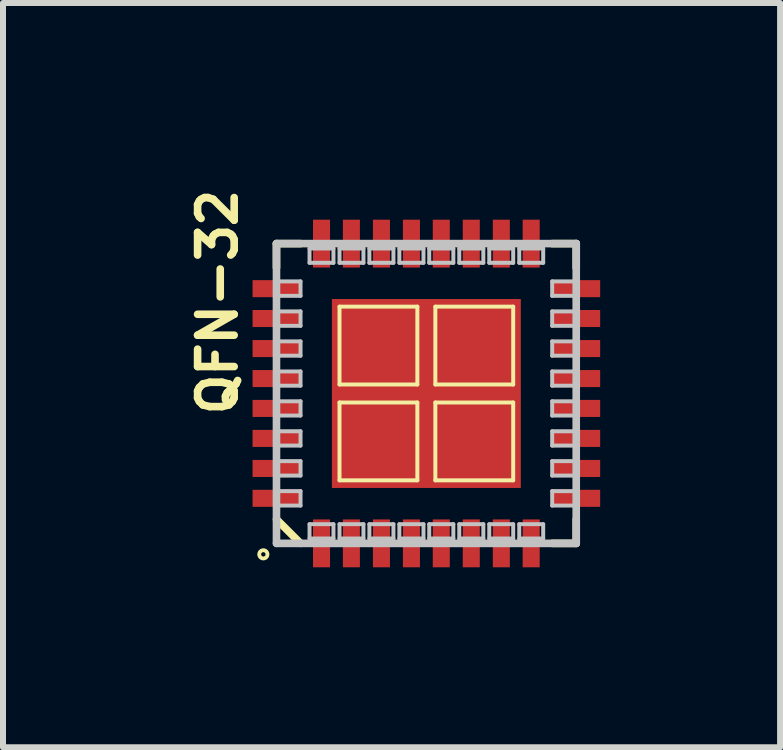
<source format=kicad_pcb>
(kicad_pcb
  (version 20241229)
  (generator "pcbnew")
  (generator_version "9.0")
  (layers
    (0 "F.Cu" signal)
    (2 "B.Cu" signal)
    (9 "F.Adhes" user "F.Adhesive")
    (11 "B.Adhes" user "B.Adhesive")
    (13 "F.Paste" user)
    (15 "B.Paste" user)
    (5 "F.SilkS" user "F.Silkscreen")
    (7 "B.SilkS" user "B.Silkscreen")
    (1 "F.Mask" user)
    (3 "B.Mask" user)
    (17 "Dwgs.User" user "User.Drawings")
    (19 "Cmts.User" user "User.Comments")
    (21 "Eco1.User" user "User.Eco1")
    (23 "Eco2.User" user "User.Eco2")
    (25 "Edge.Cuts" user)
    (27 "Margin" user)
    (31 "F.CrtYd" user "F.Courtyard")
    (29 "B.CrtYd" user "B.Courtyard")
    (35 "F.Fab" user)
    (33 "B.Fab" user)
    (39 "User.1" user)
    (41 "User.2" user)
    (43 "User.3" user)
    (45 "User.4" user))
  (footprint "QFN-32"
    (layer "F.Cu")
    (at 4.059 3.511)
    (property "Reference" "QFN-32" (at -3.48 -1.524 90) (layer "F.SilkS") (effects (font (size 0.61 0.61) (thickness 0.127))))
    (attr smd)
    (fp_line (start -2.499 -2.499) (end -2.098 -2.499) (stroke (width 0.127) (type solid)) (layer "F.SilkS"))
    (fp_line (start -2.499 -2.098) (end -2.499 -2.499) (stroke (width 0.127) (type solid)) (layer "F.SilkS"))
    (fp_line (start -2.499 2.098) (end -2.098 2.499) (stroke (width 0.127) (type solid)) (layer "F.SilkS"))
    (fp_line (start -1.448 -1.448) (end -0.15 -1.448) (stroke (width 0.066) (type solid)) (layer "F.SilkS"))
    (fp_line (start -1.448 -0.15) (end -1.448 -1.448) (stroke (width 0.066) (type solid)) (layer "F.SilkS"))
    (fp_line (start -1.448 -0.15) (end -0.15 -0.15) (stroke (width 0.066) (type solid)) (layer "F.SilkS"))
    (fp_line (start -1.448 0.15) (end -0.15 0.15) (stroke (width 0.066) (type solid)) (layer "F.SilkS"))
    (fp_line (start -1.448 1.448) (end -1.448 0.15) (stroke (width 0.066) (type solid)) (layer "F.SilkS"))
    (fp_line (start -1.448 1.448) (end -0.15 1.448) (stroke (width 0.066) (type solid)) (layer "F.SilkS"))
    (fp_line (start -0.15 -0.15) (end -0.15 -1.448) (stroke (width 0.066) (type solid)) (layer "F.SilkS"))
    (fp_line (start -0.15 1.448) (end -0.15 0.15) (stroke (width 0.066) (type solid)) (layer "F.SilkS"))
    (fp_line (start 0.15 -1.448) (end 1.448 -1.448) (stroke (width 0.066) (type solid)) (layer "F.SilkS"))
    (fp_line (start 0.15 -0.15) (end 0.15 -1.448) (stroke (width 0.066) (type solid)) (layer "F.SilkS"))
    (fp_line (start 0.15 -0.15) (end 1.448 -0.15) (stroke (width 0.066) (type solid)) (layer "F.SilkS"))
    (fp_line (start 0.15 0.15) (end 1.448 0.15) (stroke (width 0.066) (type solid)) (layer "F.SilkS"))
    (fp_line (start 0.15 1.448) (end 0.15 0.15) (stroke (width 0.066) (type solid)) (layer "F.SilkS"))
    (fp_line (start 0.15 1.448) (end 1.448 1.448) (stroke (width 0.066) (type solid)) (layer "F.SilkS"))
    (fp_line (start 1.448 -0.15) (end 1.448 -1.448) (stroke (width 0.066) (type solid)) (layer "F.SilkS"))
    (fp_line (start 1.448 1.448) (end 1.448 0.15) (stroke (width 0.066) (type solid)) (layer "F.SilkS"))
    (fp_line (start 2.098 -2.499) (end 2.499 -2.499) (stroke (width 0.127) (type solid)) (layer "F.SilkS"))
    (fp_line (start 2.499 -2.499) (end 2.499 -2.098) (stroke (width 0.127) (type solid)) (layer "F.SilkS"))
    (fp_line (start 2.499 2.098) (end 2.499 2.499) (stroke (width 0.127) (type solid)) (layer "F.SilkS"))
    (fp_line (start 2.499 2.499) (end 2.098 2.499) (stroke (width 0.127) (type solid)) (layer "F.SilkS"))
    (fp_circle (center -2.718 2.682) (end -2.766 2.731) (stroke (width 0.064) (type solid)) (fill no) (layer "F.SilkS"))
    (fp_line (start -2.499 -2.499) (end -2.499 2.499) (stroke (width 0.127) (type solid)) (layer "Dwgs.User"))
    (fp_line (start -2.499 -1.869) (end -2.098 -1.869) (stroke (width 0.066) (type solid)) (layer "Dwgs.User"))
    (fp_line (start -2.499 -1.628) (end -2.499 -1.869) (stroke (width 0.066) (type solid)) (layer "Dwgs.User"))
    (fp_line (start -2.499 -1.628) (end -2.098 -1.628) (stroke (width 0.066) (type solid)) (layer "Dwgs.User"))
    (fp_line (start -2.499 -1.369) (end -2.098 -1.369) (stroke (width 0.066) (type solid)) (layer "Dwgs.User"))
    (fp_line (start -2.499 -1.128) (end -2.499 -1.369) (stroke (width 0.066) (type solid)) (layer "Dwgs.User"))
    (fp_line (start -2.499 -1.128) (end -2.098 -1.128) (stroke (width 0.066) (type solid)) (layer "Dwgs.User"))
    (fp_line (start -2.499 -0.869) (end -2.098 -0.869) (stroke (width 0.066) (type solid)) (layer "Dwgs.User"))
    (fp_line (start -2.499 -0.63) (end -2.499 -0.869) (stroke (width 0.066) (type solid)) (layer "Dwgs.User"))
    (fp_line (start -2.499 -0.63) (end -2.098 -0.63) (stroke (width 0.066) (type solid)) (layer "Dwgs.User"))
    (fp_line (start -2.499 -0.368) (end -2.098 -0.368) (stroke (width 0.066) (type solid)) (layer "Dwgs.User"))
    (fp_line (start -2.499 -0.13) (end -2.499 -0.368) (stroke (width 0.066) (type solid)) (layer "Dwgs.User"))
    (fp_line (start -2.499 -0.13) (end -2.098 -0.13) (stroke (width 0.066) (type solid)) (layer "Dwgs.User"))
    (fp_line (start -2.499 0.13) (end -2.098 0.13) (stroke (width 0.066) (type solid)) (layer "Dwgs.User"))
    (fp_line (start -2.499 0.368) (end -2.499 0.13) (stroke (width 0.066) (type solid)) (layer "Dwgs.User"))
    (fp_line (start -2.499 0.368) (end -2.098 0.368) (stroke (width 0.066) (type solid)) (layer "Dwgs.User"))
    (fp_line (start -2.499 0.63) (end -2.098 0.63) (stroke (width 0.066) (type solid)) (layer "Dwgs.User"))
    (fp_line (start -2.499 0.869) (end -2.499 0.63) (stroke (width 0.066) (type solid)) (layer "Dwgs.User"))
    (fp_line (start -2.499 0.869) (end -2.098 0.869) (stroke (width 0.066) (type solid)) (layer "Dwgs.User"))
    (fp_line (start -2.499 1.128) (end -2.098 1.128) (stroke (width 0.066) (type solid)) (layer "Dwgs.User"))
    (fp_line (start -2.499 1.369) (end -2.499 1.128) (stroke (width 0.066) (type solid)) (layer "Dwgs.User"))
    (fp_line (start -2.499 1.369) (end -2.098 1.369) (stroke (width 0.066) (type solid)) (layer "Dwgs.User"))
    (fp_line (start -2.499 1.628) (end -2.098 1.628) (stroke (width 0.066) (type solid)) (layer "Dwgs.User"))
    (fp_line (start -2.499 1.869) (end -2.499 1.628) (stroke (width 0.066) (type solid)) (layer "Dwgs.User"))
    (fp_line (start -2.499 1.869) (end -2.098 1.869) (stroke (width 0.066) (type solid)) (layer "Dwgs.User"))
    (fp_line (start -2.499 2.499) (end 2.499 2.499) (stroke (width 0.127) (type solid)) (layer "Dwgs.User"))
    (fp_line (start -2.098 -1.628) (end -2.098 -1.869) (stroke (width 0.066) (type solid)) (layer "Dwgs.User"))
    (fp_line (start -2.098 -1.128) (end -2.098 -1.369) (stroke (width 0.066) (type solid)) (layer "Dwgs.User"))
    (fp_line (start -2.098 -0.63) (end -2.098 -0.869) (stroke (width 0.066) (type solid)) (layer "Dwgs.User"))
    (fp_line (start -2.098 -0.13) (end -2.098 -0.368) (stroke (width 0.066) (type solid)) (layer "Dwgs.User"))
    (fp_line (start -2.098 0.368) (end -2.098 0.13) (stroke (width 0.066) (type solid)) (layer "Dwgs.User"))
    (fp_line (start -2.098 0.869) (end -2.098 0.63) (stroke (width 0.066) (type solid)) (layer "Dwgs.User"))
    (fp_line (start -2.098 1.369) (end -2.098 1.128) (stroke (width 0.066) (type solid)) (layer "Dwgs.User"))
    (fp_line (start -2.098 1.869) (end -2.098 1.628) (stroke (width 0.066) (type solid)) (layer "Dwgs.User"))
    (fp_line (start -1.948 -2.418) (end -1.549 -2.418) (stroke (width 0.066) (type solid)) (layer "Dwgs.User"))
    (fp_line (start -1.948 -2.179) (end -1.948 -2.418) (stroke (width 0.066) (type solid)) (layer "Dwgs.User"))
    (fp_line (start -1.948 -2.179) (end -1.549 -2.179) (stroke (width 0.066) (type solid)) (layer "Dwgs.User"))
    (fp_line (start -1.948 2.179) (end -1.549 2.179) (stroke (width 0.066) (type solid)) (layer "Dwgs.User"))
    (fp_line (start -1.948 2.418) (end -1.948 2.179) (stroke (width 0.066) (type solid)) (layer "Dwgs.User"))
    (fp_line (start -1.948 2.418) (end -1.549 2.418) (stroke (width 0.066) (type solid)) (layer "Dwgs.User"))
    (fp_line (start -1.549 -2.179) (end -1.549 -2.418) (stroke (width 0.066) (type solid)) (layer "Dwgs.User"))
    (fp_line (start -1.549 2.418) (end -1.549 2.179) (stroke (width 0.066) (type solid)) (layer "Dwgs.User"))
    (fp_line (start -1.448 -2.418) (end -1.049 -2.418) (stroke (width 0.066) (type solid)) (layer "Dwgs.User"))
    (fp_line (start -1.448 -2.179) (end -1.448 -2.418) (stroke (width 0.066) (type solid)) (layer "Dwgs.User"))
    (fp_line (start -1.448 -2.179) (end -1.049 -2.179) (stroke (width 0.066) (type solid)) (layer "Dwgs.User"))
    (fp_line (start -1.448 2.179) (end -1.049 2.179) (stroke (width 0.066) (type solid)) (layer "Dwgs.User"))
    (fp_line (start -1.448 2.418) (end -1.448 2.179) (stroke (width 0.066) (type solid)) (layer "Dwgs.User"))
    (fp_line (start -1.448 2.418) (end -1.049 2.418) (stroke (width 0.066) (type solid)) (layer "Dwgs.User"))
    (fp_line (start -1.049 -2.179) (end -1.049 -2.418) (stroke (width 0.066) (type solid)) (layer "Dwgs.User"))
    (fp_line (start -1.049 2.418) (end -1.049 2.179) (stroke (width 0.066) (type solid)) (layer "Dwgs.User"))
    (fp_line (start -0.95 -2.418) (end -0.549 -2.418) (stroke (width 0.066) (type solid)) (layer "Dwgs.User"))
    (fp_line (start -0.95 -2.179) (end -0.95 -2.418) (stroke (width 0.066) (type solid)) (layer "Dwgs.User"))
    (fp_line (start -0.95 -2.179) (end -0.549 -2.179) (stroke (width 0.066) (type solid)) (layer "Dwgs.User"))
    (fp_line (start -0.95 2.179) (end -0.549 2.179) (stroke (width 0.066) (type solid)) (layer "Dwgs.User"))
    (fp_line (start -0.95 2.418) (end -0.95 2.179) (stroke (width 0.066) (type solid)) (layer "Dwgs.User"))
    (fp_line (start -0.95 2.418) (end -0.549 2.418) (stroke (width 0.066) (type solid)) (layer "Dwgs.User"))
    (fp_line (start -0.549 -2.179) (end -0.549 -2.418) (stroke (width 0.066) (type solid)) (layer "Dwgs.User"))
    (fp_line (start -0.549 2.418) (end -0.549 2.179) (stroke (width 0.066) (type solid)) (layer "Dwgs.User"))
    (fp_line (start -0.45 -2.418) (end -0.048 -2.418) (stroke (width 0.066) (type solid)) (layer "Dwgs.User"))
    (fp_line (start -0.45 -2.179) (end -0.45 -2.418) (stroke (width 0.066) (type solid)) (layer "Dwgs.User"))
    (fp_line (start -0.45 -2.179) (end -0.048 -2.179) (stroke (width 0.066) (type solid)) (layer "Dwgs.User"))
    (fp_line (start -0.45 2.179) (end -0.048 2.179) (stroke (width 0.066) (type solid)) (layer "Dwgs.User"))
    (fp_line (start -0.45 2.418) (end -0.45 2.179) (stroke (width 0.066) (type solid)) (layer "Dwgs.User"))
    (fp_line (start -0.45 2.418) (end -0.048 2.418) (stroke (width 0.066) (type solid)) (layer "Dwgs.User"))
    (fp_line (start -0.048 -2.179) (end -0.048 -2.418) (stroke (width 0.066) (type solid)) (layer "Dwgs.User"))
    (fp_line (start -0.048 2.418) (end -0.048 2.179) (stroke (width 0.066) (type solid)) (layer "Dwgs.User"))
    (fp_line (start 0.048 -2.418) (end 0.45 -2.418) (stroke (width 0.066) (type solid)) (layer "Dwgs.User"))
    (fp_line (start 0.048 -2.179) (end 0.048 -2.418) (stroke (width 0.066) (type solid)) (layer "Dwgs.User"))
    (fp_line (start 0.048 -2.179) (end 0.45 -2.179) (stroke (width 0.066) (type solid)) (layer "Dwgs.User"))
    (fp_line (start 0.048 2.179) (end 0.45 2.179) (stroke (width 0.066) (type solid)) (layer "Dwgs.User"))
    (fp_line (start 0.048 2.418) (end 0.048 2.179) (stroke (width 0.066) (type solid)) (layer "Dwgs.User"))
    (fp_line (start 0.048 2.418) (end 0.45 2.418) (stroke (width 0.066) (type solid)) (layer "Dwgs.User"))
    (fp_line (start 0.45 -2.179) (end 0.45 -2.418) (stroke (width 0.066) (type solid)) (layer "Dwgs.User"))
    (fp_line (start 0.45 2.418) (end 0.45 2.179) (stroke (width 0.066) (type solid)) (layer "Dwgs.User"))
    (fp_line (start 0.549 -2.418) (end 0.95 -2.418) (stroke (width 0.066) (type solid)) (layer "Dwgs.User"))
    (fp_line (start 0.549 -2.179) (end 0.549 -2.418) (stroke (width 0.066) (type solid)) (layer "Dwgs.User"))
    (fp_line (start 0.549 -2.179) (end 0.95 -2.179) (stroke (width 0.066) (type solid)) (layer "Dwgs.User"))
    (fp_line (start 0.549 2.179) (end 0.95 2.179) (stroke (width 0.066) (type solid)) (layer "Dwgs.User"))
    (fp_line (start 0.549 2.418) (end 0.549 2.179) (stroke (width 0.066) (type solid)) (layer "Dwgs.User"))
    (fp_line (start 0.549 2.418) (end 0.95 2.418) (stroke (width 0.066) (type solid)) (layer "Dwgs.User"))
    (fp_line (start 0.95 -2.179) (end 0.95 -2.418) (stroke (width 0.066) (type solid)) (layer "Dwgs.User"))
    (fp_line (start 0.95 2.418) (end 0.95 2.179) (stroke (width 0.066) (type solid)) (layer "Dwgs.User"))
    (fp_line (start 1.049 -2.418) (end 1.448 -2.418) (stroke (width 0.066) (type solid)) (layer "Dwgs.User"))
    (fp_line (start 1.049 -2.179) (end 1.049 -2.418) (stroke (width 0.066) (type solid)) (layer "Dwgs.User"))
    (fp_line (start 1.049 -2.179) (end 1.448 -2.179) (stroke (width 0.066) (type solid)) (layer "Dwgs.User"))
    (fp_line (start 1.049 2.179) (end 1.448 2.179) (stroke (width 0.066) (type solid)) (layer "Dwgs.User"))
    (fp_line (start 1.049 2.418) (end 1.049 2.179) (stroke (width 0.066) (type solid)) (layer "Dwgs.User"))
    (fp_line (start 1.049 2.418) (end 1.448 2.418) (stroke (width 0.066) (type solid)) (layer "Dwgs.User"))
    (fp_line (start 1.448 -2.179) (end 1.448 -2.418) (stroke (width 0.066) (type solid)) (layer "Dwgs.User"))
    (fp_line (start 1.448 2.418) (end 1.448 2.179) (stroke (width 0.066) (type solid)) (layer "Dwgs.User"))
    (fp_line (start 1.549 -2.418) (end 1.948 -2.418) (stroke (width 0.066) (type solid)) (layer "Dwgs.User"))
    (fp_line (start 1.549 -2.179) (end 1.549 -2.418) (stroke (width 0.066) (type solid)) (layer "Dwgs.User"))
    (fp_line (start 1.549 -2.179) (end 1.948 -2.179) (stroke (width 0.066) (type solid)) (layer "Dwgs.User"))
    (fp_line (start 1.549 2.179) (end 1.948 2.179) (stroke (width 0.066) (type solid)) (layer "Dwgs.User"))
    (fp_line (start 1.549 2.418) (end 1.549 2.179) (stroke (width 0.066) (type solid)) (layer "Dwgs.User"))
    (fp_line (start 1.549 2.418) (end 1.948 2.418) (stroke (width 0.066) (type solid)) (layer "Dwgs.User"))
    (fp_line (start 1.948 -2.179) (end 1.948 -2.418) (stroke (width 0.066) (type solid)) (layer "Dwgs.User"))
    (fp_line (start 1.948 2.418) (end 1.948 2.179) (stroke (width 0.066) (type solid)) (layer "Dwgs.User"))
    (fp_line (start 2.098 -1.869) (end 2.499 -1.869) (stroke (width 0.066) (type solid)) (layer "Dwgs.User"))
    (fp_line (start 2.098 -1.628) (end 2.098 -1.869) (stroke (width 0.066) (type solid)) (layer "Dwgs.User"))
    (fp_line (start 2.098 -1.628) (end 2.499 -1.628) (stroke (width 0.066) (type solid)) (layer "Dwgs.User"))
    (fp_line (start 2.098 -1.369) (end 2.499 -1.369) (stroke (width 0.066) (type solid)) (layer "Dwgs.User"))
    (fp_line (start 2.098 -1.128) (end 2.098 -1.369) (stroke (width 0.066) (type solid)) (layer "Dwgs.User"))
    (fp_line (start 2.098 -1.128) (end 2.499 -1.128) (stroke (width 0.066) (type solid)) (layer "Dwgs.User"))
    (fp_line (start 2.098 -0.869) (end 2.499 -0.869) (stroke (width 0.066) (type solid)) (layer "Dwgs.User"))
    (fp_line (start 2.098 -0.63) (end 2.098 -0.869) (stroke (width 0.066) (type solid)) (layer "Dwgs.User"))
    (fp_line (start 2.098 -0.63) (end 2.499 -0.63) (stroke (width 0.066) (type solid)) (layer "Dwgs.User"))
    (fp_line (start 2.098 -0.368) (end 2.499 -0.368) (stroke (width 0.066) (type solid)) (layer "Dwgs.User"))
    (fp_line (start 2.098 -0.13) (end 2.098 -0.368) (stroke (width 0.066) (type solid)) (layer "Dwgs.User"))
    (fp_line (start 2.098 -0.13) (end 2.499 -0.13) (stroke (width 0.066) (type solid)) (layer "Dwgs.User"))
    (fp_line (start 2.098 0.13) (end 2.499 0.13) (stroke (width 0.066) (type solid)) (layer "Dwgs.User"))
    (fp_line (start 2.098 0.368) (end 2.098 0.13) (stroke (width 0.066) (type solid)) (layer "Dwgs.User"))
    (fp_line (start 2.098 0.368) (end 2.499 0.368) (stroke (width 0.066) (type solid)) (layer "Dwgs.User"))
    (fp_line (start 2.098 0.63) (end 2.499 0.63) (stroke (width 0.066) (type solid)) (layer "Dwgs.User"))
    (fp_line (start 2.098 0.869) (end 2.098 0.63) (stroke (width 0.066) (type solid)) (layer "Dwgs.User"))
    (fp_line (start 2.098 0.869) (end 2.499 0.869) (stroke (width 0.066) (type solid)) (layer "Dwgs.User"))
    (fp_line (start 2.098 1.128) (end 2.499 1.128) (stroke (width 0.066) (type solid)) (layer "Dwgs.User"))
    (fp_line (start 2.098 1.369) (end 2.098 1.128) (stroke (width 0.066) (type solid)) (layer "Dwgs.User"))
    (fp_line (start 2.098 1.369) (end 2.499 1.369) (stroke (width 0.066) (type solid)) (layer "Dwgs.User"))
    (fp_line (start 2.098 1.628) (end 2.499 1.628) (stroke (width 0.066) (type solid)) (layer "Dwgs.User"))
    (fp_line (start 2.098 1.869) (end 2.098 1.628) (stroke (width 0.066) (type solid)) (layer "Dwgs.User"))
    (fp_line (start 2.098 1.869) (end 2.499 1.869) (stroke (width 0.066) (type solid)) (layer "Dwgs.User"))
    (fp_line (start 2.499 -2.499) (end -2.499 -2.499) (stroke (width 0.127) (type solid)) (layer "Dwgs.User"))
    (fp_line (start 2.499 -1.628) (end 2.499 -1.869) (stroke (width 0.066) (type solid)) (layer "Dwgs.User"))
    (fp_line (start 2.499 -1.128) (end 2.499 -1.369) (stroke (width 0.066) (type solid)) (layer "Dwgs.User"))
    (fp_line (start 2.499 -0.63) (end 2.499 -0.869) (stroke (width 0.066) (type solid)) (layer "Dwgs.User"))
    (fp_line (start 2.499 -0.13) (end 2.499 -0.368) (stroke (width 0.066) (type solid)) (layer "Dwgs.User"))
    (fp_line (start 2.499 0.368) (end 2.499 0.13) (stroke (width 0.066) (type solid)) (layer "Dwgs.User"))
    (fp_line (start 2.499 0.869) (end 2.499 0.63) (stroke (width 0.066) (type solid)) (layer "Dwgs.User"))
    (fp_line (start 2.499 1.369) (end 2.499 1.128) (stroke (width 0.066) (type solid)) (layer "Dwgs.User"))
    (fp_line (start 2.499 1.869) (end 2.499 1.628) (stroke (width 0.066) (type solid)) (layer "Dwgs.User"))
    (fp_line (start 2.499 2.499) (end 2.499 -2.499) (stroke (width 0.127) (type solid)) (layer "Dwgs.User"))
    (pad "1" smd rect (at -1.748 2.499 90) (size 0.798 0.284) (layers "F.Cu" "F.Mask" "F.Paste"))
    (pad "2" smd rect (at -1.25 2.499 90) (size 0.798 0.284) (layers "F.Cu" "F.Mask" "F.Paste"))
    (pad "3" smd rect (at -0.749 2.499 90) (size 0.798 0.284) (layers "F.Cu" "F.Mask" "F.Paste"))
    (pad "4" smd rect (at -0.249 2.499 90) (size 0.798 0.284) (layers "F.Cu" "F.Mask" "F.Paste"))
    (pad "5" smd rect (at 0.249 2.499 90) (size 0.798 0.284) (layers "F.Cu" "F.Mask" "F.Paste"))
    (pad "6" smd rect (at 0.749 2.499 90) (size 0.798 0.284) (layers "F.Cu" "F.Mask" "F.Paste"))
    (pad "7" smd rect (at 1.25 2.499 90) (size 0.798 0.284) (layers "F.Cu" "F.Mask" "F.Paste"))
    (pad "8" smd rect (at 1.748 2.499 90) (size 0.798 0.284) (layers "F.Cu" "F.Mask" "F.Paste"))
    (pad "9" smd rect (at 2.499 1.748 180) (size 0.798 0.284) (layers "F.Cu" "F.Mask" "F.Paste"))
    (pad "10" smd rect (at 2.499 1.25 180) (size 0.798 0.284) (layers "F.Cu" "F.Mask" "F.Paste"))
    (pad "11" smd rect (at 2.499 0.749 180) (size 0.798 0.284) (layers "F.Cu" "F.Mask" "F.Paste"))
    (pad "12" smd rect (at 2.499 0.249 180) (size 0.798 0.284) (layers "F.Cu" "F.Mask" "F.Paste"))
    (pad "13" smd rect (at 2.499 -0.249 180) (size 0.798 0.284) (layers "F.Cu" "F.Mask" "F.Paste"))
    (pad "14" smd rect (at 2.499 -0.749 180) (size 0.798 0.284) (layers "F.Cu" "F.Mask" "F.Paste"))
    (pad "15" smd rect (at 2.499 -1.25 180) (size 0.798 0.284) (layers "F.Cu" "F.Mask" "F.Paste"))
    (pad "16" smd rect (at 2.499 -1.748 180) (size 0.798 0.284) (layers "F.Cu" "F.Mask" "F.Paste"))
    (pad "17" smd rect (at 1.748 -2.499 270) (size 0.798 0.284) (layers "F.Cu" "F.Mask" "F.Paste"))
    (pad "18" smd rect (at 1.25 -2.499 270) (size 0.798 0.284) (layers "F.Cu" "F.Mask" "F.Paste"))
    (pad "19" smd rect (at 0.749 -2.499 270) (size 0.798 0.284) (layers "F.Cu" "F.Mask" "F.Paste"))
    (pad "20" smd rect (at 0.249 -2.499 270) (size 0.798 0.284) (layers "F.Cu" "F.Mask" "F.Paste"))
    (pad "21" smd rect (at -0.249 -2.499 270) (size 0.798 0.284) (layers "F.Cu" "F.Mask" "F.Paste"))
    (pad "22" smd rect (at -0.749 -2.499 270) (size 0.798 0.284) (layers "F.Cu" "F.Mask" "F.Paste"))
    (pad "23" smd rect (at -1.25 -2.499 270) (size 0.798 0.284) (layers "F.Cu" "F.Mask" "F.Paste"))
    (pad "24" smd rect (at -1.748 -2.499 270) (size 0.798 0.284) (layers "F.Cu" "F.Mask" "F.Paste"))
    (pad "25" smd rect (at -2.499 -1.748) (size 0.798 0.284) (layers "F.Cu" "F.Mask" "F.Paste"))
    (pad "26" smd rect (at -2.499 -1.25) (size 0.798 0.284) (layers "F.Cu" "F.Mask" "F.Paste"))
    (pad "27" smd rect (at -2.499 -0.749) (size 0.798 0.284) (layers "F.Cu" "F.Mask" "F.Paste"))
    (pad "28" smd rect (at -2.499 -0.249) (size 0.798 0.284) (layers "F.Cu" "F.Mask" "F.Paste"))
    (pad "29" smd rect (at -2.499 0.249) (size 0.798 0.284) (layers "F.Cu" "F.Mask" "F.Paste"))
    (pad "30" smd rect (at -2.499 0.749) (size 0.798 0.284) (layers "F.Cu" "F.Mask" "F.Paste"))
    (pad "31" smd rect (at -2.499 1.25) (size 0.798 0.284) (layers "F.Cu" "F.Mask" "F.Paste"))
    (pad "32" smd rect (at -2.499 1.748) (size 0.798 0.284) (layers "F.Cu" "F.Mask" "F.Paste"))
    (pad "EP" smd rect (at 0 0) (size 3.15 3.15) (layers "F.Cu" "F.Mask" "F.Paste")))
  (gr_rect
    (start -3 -3)
    (end 9.957 9.41)
    (stroke (width 0.1) (type default))
    (fill no)
    (layer "Edge.Cuts")))
</source>
